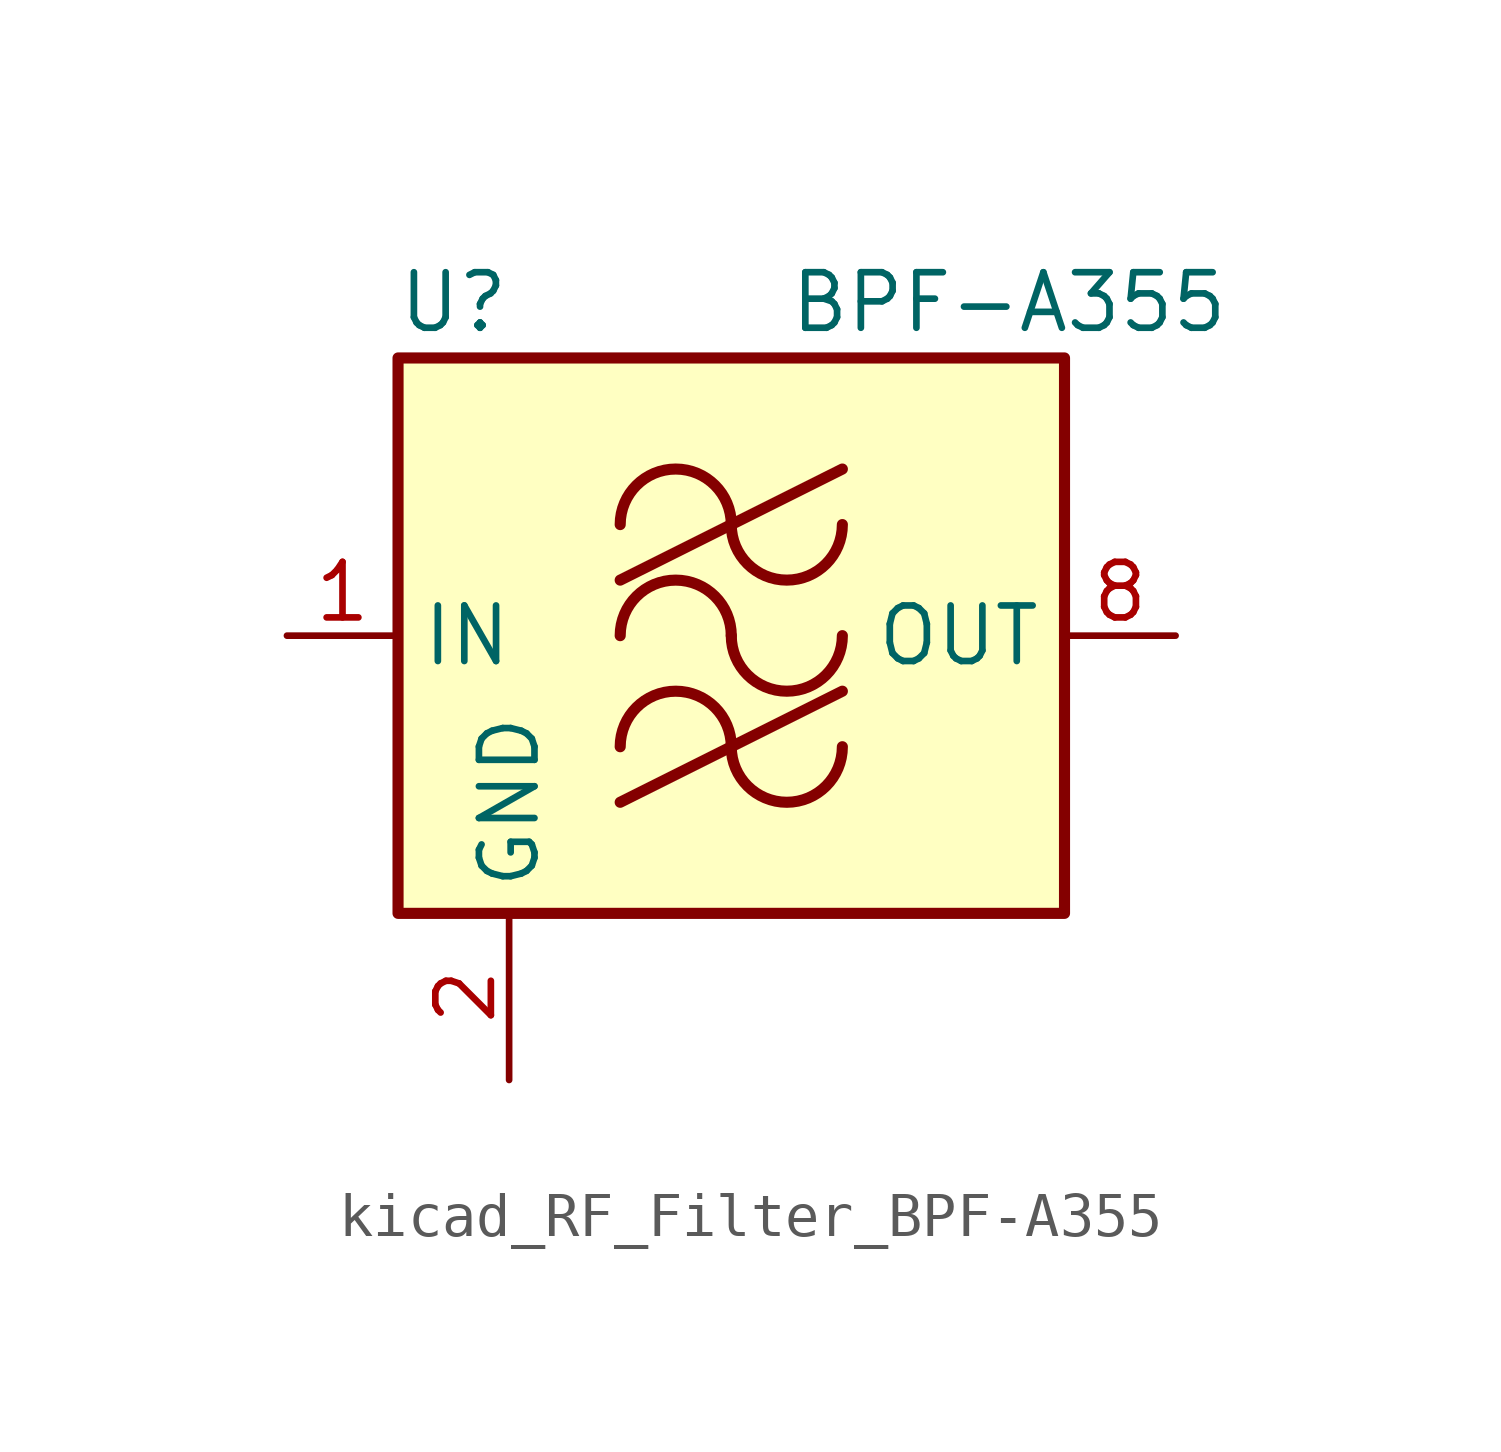
<source format=kicad_sym>
(kicad_symbol_lib
  (version 20220914)
  (generator kicad_symbol_editor)
  (symbol "kicad_RF_Filter_BPF-A355"
    (property "Reference" "U"
      (at -6.35 7.62 0)
      (effects (font (size 1.27 1.27))))
    (property "Value" "BPF-A355"
      (at 6.35 7.62 0)
      (effects (font (size 1.27 1.27))))
    (symbol "kicad_RF_Filter_BPF-A355_0_1"
      (rectangle (start -7.62 6.35) (end 7.62 -6.35) (stroke (width 0.254) (type default)) (fill (type background)))
      (arc (start 0 -2.54) (mid -1.27 -1.2755) (end -2.54 -2.54) (stroke (width 0.254) (type default)) (fill (type none)))
      (arc (start 0 -2.54) (mid 1.27 -3.8045) (end 2.54 -2.54) (stroke (width 0.254) (type default)) (fill (type none)))
      (arc (start 0 0) (mid -1.27 1.2645) (end -2.54 0) (stroke (width 0.254) (type default)) (fill (type none)))
      (polyline (pts (xy -2.54 -3.81) (xy 2.54 -1.27)) (stroke (width 0.254) (type default)) (fill (type none)))
      (polyline (pts (xy -2.54 1.27) (xy 2.54 3.81)) (stroke (width 0.254) (type default)) (fill (type none)))
      (arc (start 0 0) (mid 1.27 -1.2645) (end 2.54 0) (stroke (width 0.254) (type default)) (fill (type none)))
      (arc (start 0 2.54) (mid -1.27 3.8045) (end -2.54 2.54) (stroke (width 0.254) (type default)) (fill (type none)))
      (arc (start 0 2.54) (mid 1.27 1.2755) (end 2.54 2.54) (stroke (width 0.254) (type default)) (fill (type none))))
    (symbol "kicad_RF_Filter_BPF-A355_1_1"
      (pin input line (at -10.16 0 0) (length 2.54) (name "IN" (effects (font (size 1.27 1.27)))) (number "1" (effects (font (size 1.27 1.27)))))
      (pin passive line (at -5.08 -10.16 90) (length 3.81) hide (name "GND" (effects (font (size 1.27 1.27)))) (number "10" (effects (font (size 1.27 1.27)))))
      (pin passive line (at -5.08 -10.16 90) (length 3.81) hide (name "GND" (effects (font (size 1.27 1.27)))) (number "11" (effects (font (size 1.27 1.27)))))
      (pin passive line (at -5.08 -10.16 90) (length 3.81) hide (name "GND" (effects (font (size 1.27 1.27)))) (number "12" (effects (font (size 1.27 1.27)))))
      (pin passive line (at -5.08 -10.16 90) (length 3.81) hide (name "GND" (effects (font (size 1.27 1.27)))) (number "13" (effects (font (size 1.27 1.27)))))
      (pin passive line (at -5.08 -10.16 90) (length 3.81) hide (name "GND" (effects (font (size 1.27 1.27)))) (number "14" (effects (font (size 1.27 1.27)))))
      (pin power_in line (at -5.08 -10.16 90) (length 3.81) (name "GND" (effects (font (size 1.27 1.27)))) (number "2" (effects (font (size 1.27 1.27)))))
      (pin passive line (at -5.08 -10.16 90) (length 3.81) hide (name "GND" (effects (font (size 1.27 1.27)))) (number "3" (effects (font (size 1.27 1.27)))))
      (pin passive line (at -5.08 -10.16 90) (length 3.81) hide (name "GND" (effects (font (size 1.27 1.27)))) (number "4" (effects (font (size 1.27 1.27)))))
      (pin passive line (at -5.08 -10.16 90) (length 3.81) hide (name "GND" (effects (font (size 1.27 1.27)))) (number "5" (effects (font (size 1.27 1.27)))))
      (pin passive line (at -5.08 -10.16 90) (length 3.81) hide (name "GND" (effects (font (size 1.27 1.27)))) (number "6" (effects (font (size 1.27 1.27)))))
      (pin passive line (at -5.08 -10.16 90) (length 3.81) hide (name "GND" (effects (font (size 1.27 1.27)))) (number "7" (effects (font (size 1.27 1.27)))))
      (pin output line (at 10.16 0 180) (length 2.54) (name "OUT" (effects (font (size 1.27 1.27)))) (number "8" (effects (font (size 1.27 1.27)))))
      (pin passive line (at -5.08 -10.16 90) (length 3.81) hide (name "GND" (effects (font (size 1.27 1.27)))) (number "9" (effects (font (size 1.27 1.27))))))))
</source>
